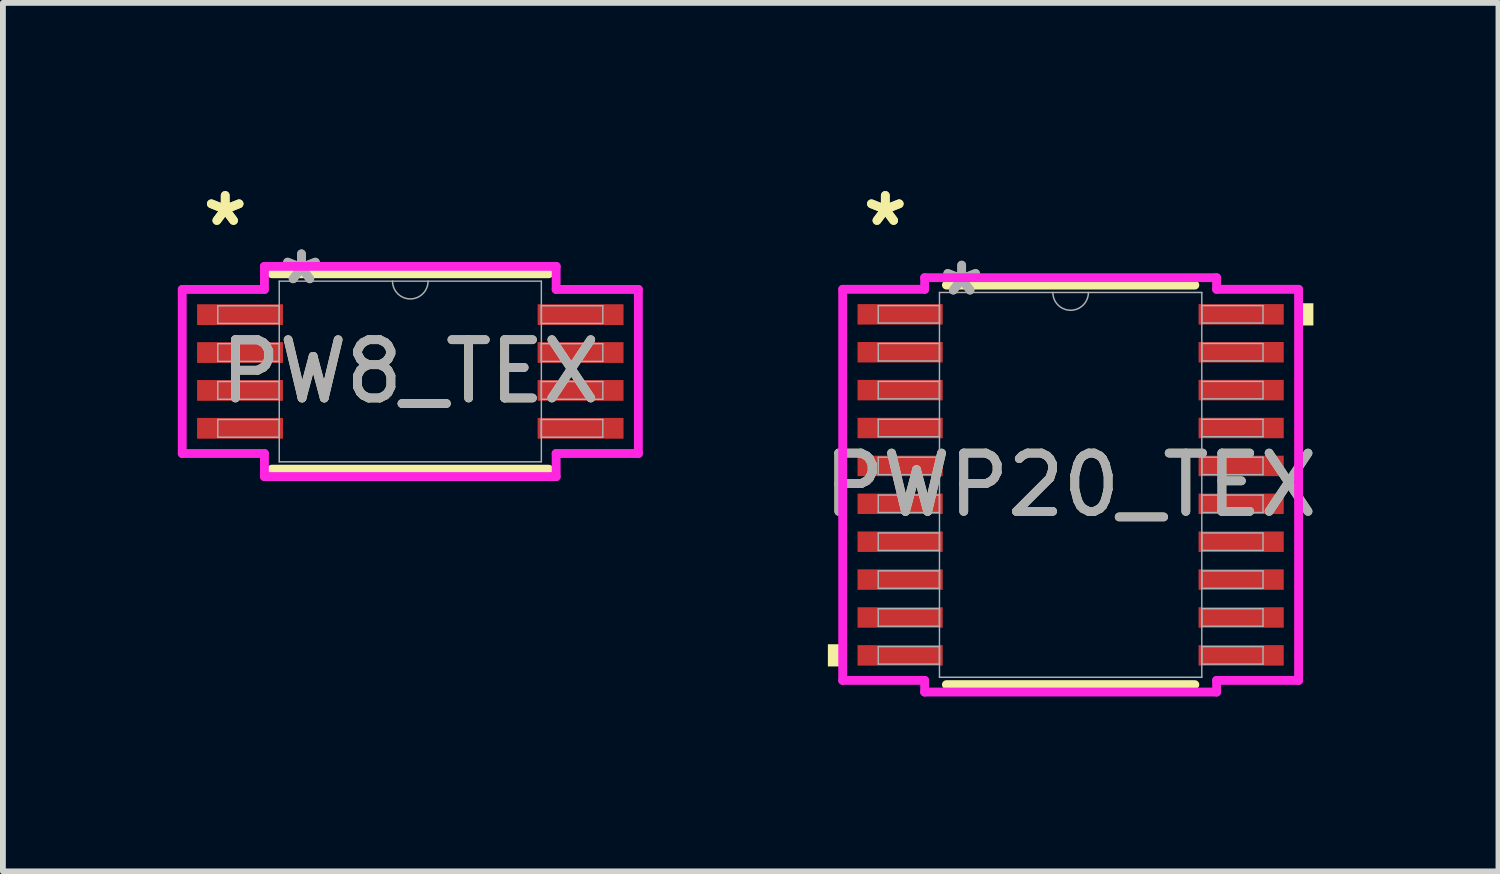
<source format=kicad_pcb>
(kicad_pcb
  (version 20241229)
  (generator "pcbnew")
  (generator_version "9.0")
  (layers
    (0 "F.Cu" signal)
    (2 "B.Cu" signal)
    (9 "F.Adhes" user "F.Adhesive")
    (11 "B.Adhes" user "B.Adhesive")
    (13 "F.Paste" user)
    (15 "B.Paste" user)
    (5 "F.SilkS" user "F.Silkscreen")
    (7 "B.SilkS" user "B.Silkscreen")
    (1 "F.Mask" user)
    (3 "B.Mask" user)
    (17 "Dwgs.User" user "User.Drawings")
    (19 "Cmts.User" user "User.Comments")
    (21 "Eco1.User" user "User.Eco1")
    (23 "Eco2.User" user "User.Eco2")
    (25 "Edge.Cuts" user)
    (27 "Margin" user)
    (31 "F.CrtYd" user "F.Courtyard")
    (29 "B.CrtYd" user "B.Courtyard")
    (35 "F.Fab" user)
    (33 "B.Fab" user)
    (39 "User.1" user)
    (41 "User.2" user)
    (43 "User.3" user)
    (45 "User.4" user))
  (footprint "PW8_TEX"
    (layer "F.Cu")
    (at 3.988 3.322)
    (property "Reference" "PW8_TEX" (at 0 0 0) (unlocked yes) (layer "F.SilkS") (effects (font (size 1 1) (thickness 0.15))))
    (attr smd)
    (fp_line (start -2.375 1.676) (end 2.375 1.676) (stroke (width 0.152) (type solid)) (layer "F.SilkS"))
    (fp_line (start 2.375 -1.676) (end -2.375 -1.676) (stroke (width 0.152) (type solid)) (layer "F.SilkS"))
    (fp_line (start -3.912 -1.407) (end -2.502 -1.407) (stroke (width 0.152) (type solid)) (layer "F.CrtYd"))
    (fp_line (start -3.912 1.407) (end -3.912 -1.407) (stroke (width 0.152) (type solid)) (layer "F.CrtYd"))
    (fp_line (start -3.912 1.407) (end -2.502 1.407) (stroke (width 0.152) (type solid)) (layer "F.CrtYd"))
    (fp_line (start -2.502 -1.803) (end 2.502 -1.803) (stroke (width 0.152) (type solid)) (layer "F.CrtYd"))
    (fp_line (start -2.502 -1.407) (end -2.502 -1.803) (stroke (width 0.152) (type solid)) (layer "F.CrtYd"))
    (fp_line (start -2.502 1.803) (end -2.502 1.407) (stroke (width 0.152) (type solid)) (layer "F.CrtYd"))
    (fp_line (start 2.502 -1.803) (end 2.502 -1.407) (stroke (width 0.152) (type solid)) (layer "F.CrtYd"))
    (fp_line (start 2.502 1.407) (end 2.502 1.803) (stroke (width 0.152) (type solid)) (layer "F.CrtYd"))
    (fp_line (start 2.502 1.803) (end -2.502 1.803) (stroke (width 0.152) (type solid)) (layer "F.CrtYd"))
    (fp_line (start 3.912 -1.407) (end 2.502 -1.407) (stroke (width 0.152) (type solid)) (layer "F.CrtYd"))
    (fp_line (start 3.912 -1.407) (end 3.912 1.407) (stroke (width 0.152) (type solid)) (layer "F.CrtYd"))
    (fp_line (start 3.912 1.407) (end 2.502 1.407) (stroke (width 0.152) (type solid)) (layer "F.CrtYd"))
    (fp_line (start -3.302 -1.127) (end -3.302 -0.823) (stroke (width 0.025) (type solid)) (layer "F.Fab"))
    (fp_line (start -3.302 -0.823) (end -2.248 -0.823) (stroke (width 0.025) (type solid)) (layer "F.Fab"))
    (fp_line (start -3.302 -0.477) (end -3.302 -0.173) (stroke (width 0.025) (type solid)) (layer "F.Fab"))
    (fp_line (start -3.302 -0.173) (end -2.248 -0.173) (stroke (width 0.025) (type solid)) (layer "F.Fab"))
    (fp_line (start -3.302 0.173) (end -3.302 0.477) (stroke (width 0.025) (type solid)) (layer "F.Fab"))
    (fp_line (start -3.302 0.477) (end -2.248 0.477) (stroke (width 0.025) (type solid)) (layer "F.Fab"))
    (fp_line (start -3.302 0.823) (end -3.302 1.127) (stroke (width 0.025) (type solid)) (layer "F.Fab"))
    (fp_line (start -3.302 1.127) (end -2.248 1.127) (stroke (width 0.025) (type solid)) (layer "F.Fab"))
    (fp_line (start -2.248 -1.549) (end -2.248 1.549) (stroke (width 0.025) (type solid)) (layer "F.Fab"))
    (fp_line (start -2.248 -1.127) (end -3.302 -1.127) (stroke (width 0.025) (type solid)) (layer "F.Fab"))
    (fp_line (start -2.248 -0.823) (end -2.248 -1.127) (stroke (width 0.025) (type solid)) (layer "F.Fab"))
    (fp_line (start -2.248 -0.477) (end -3.302 -0.477) (stroke (width 0.025) (type solid)) (layer "F.Fab"))
    (fp_line (start -2.248 -0.173) (end -2.248 -0.477) (stroke (width 0.025) (type solid)) (layer "F.Fab"))
    (fp_line (start -2.248 0.173) (end -3.302 0.173) (stroke (width 0.025) (type solid)) (layer "F.Fab"))
    (fp_line (start -2.248 0.477) (end -2.248 0.173) (stroke (width 0.025) (type solid)) (layer "F.Fab"))
    (fp_line (start -2.248 0.823) (end -3.302 0.823) (stroke (width 0.025) (type solid)) (layer "F.Fab"))
    (fp_line (start -2.248 1.127) (end -2.248 0.823) (stroke (width 0.025) (type solid)) (layer "F.Fab"))
    (fp_line (start -2.248 1.549) (end 2.248 1.549) (stroke (width 0.025) (type solid)) (layer "F.Fab"))
    (fp_line (start 2.248 -1.549) (end -2.248 -1.549) (stroke (width 0.025) (type solid)) (layer "F.Fab"))
    (fp_line (start 2.248 -1.127) (end 2.248 -0.823) (stroke (width 0.025) (type solid)) (layer "F.Fab"))
    (fp_line (start 2.248 -0.823) (end 3.302 -0.823) (stroke (width 0.025) (type solid)) (layer "F.Fab"))
    (fp_line (start 2.248 -0.477) (end 2.248 -0.173) (stroke (width 0.025) (type solid)) (layer "F.Fab"))
    (fp_line (start 2.248 -0.173) (end 3.302 -0.173) (stroke (width 0.025) (type solid)) (layer "F.Fab"))
    (fp_line (start 2.248 0.173) (end 2.248 0.477) (stroke (width 0.025) (type solid)) (layer "F.Fab"))
    (fp_line (start 2.248 0.477) (end 3.302 0.477) (stroke (width 0.025) (type solid)) (layer "F.Fab"))
    (fp_line (start 2.248 0.823) (end 2.248 1.127) (stroke (width 0.025) (type solid)) (layer "F.Fab"))
    (fp_line (start 2.248 1.127) (end 3.302 1.127) (stroke (width 0.025) (type solid)) (layer "F.Fab"))
    (fp_line (start 2.248 1.549) (end 2.248 -1.549) (stroke (width 0.025) (type solid)) (layer "F.Fab"))
    (fp_line (start 3.302 -1.127) (end 2.248 -1.127) (stroke (width 0.025) (type solid)) (layer "F.Fab"))
    (fp_line (start 3.302 -0.823) (end 3.302 -1.127) (stroke (width 0.025) (type solid)) (layer "F.Fab"))
    (fp_line (start 3.302 -0.477) (end 2.248 -0.477) (stroke (width 0.025) (type solid)) (layer "F.Fab"))
    (fp_line (start 3.302 -0.173) (end 3.302 -0.477) (stroke (width 0.025) (type solid)) (layer "F.Fab"))
    (fp_line (start 3.302 0.173) (end 2.248 0.173) (stroke (width 0.025) (type solid)) (layer "F.Fab"))
    (fp_line (start 3.302 0.477) (end 3.302 0.173) (stroke (width 0.025) (type solid)) (layer "F.Fab"))
    (fp_line (start 3.302 0.823) (end 2.248 0.823) (stroke (width 0.025) (type solid)) (layer "F.Fab"))
    (fp_line (start 3.302 1.127) (end 3.302 0.823) (stroke (width 0.025) (type solid)) (layer "F.Fab"))
    (fp_arc (start 0.3048 -1.5494) (mid 0 -1.2446) (end -0.3048 -1.5494) (stroke (width 0.0254) (type solid)) (layer "F.Fab"))
    (fp_text user "*" (at -3.175 -2.474 0) (layer "F.SilkS") (effects (font (size 1 1) (thickness 0.15))))
    (fp_text user "*" (at -3.175 -2.474 0) (unlocked yes) (layer "F.SilkS") (effects (font (size 1 1) (thickness 0.15))))
    (fp_text user "*" (at -1.867 -1.473 0) (layer "F.Fab") (effects (font (size 1 1) (thickness 0.15))))
    (fp_text user "*" (at -1.867 -1.473 0) (unlocked yes) (layer "F.Fab") (effects (font (size 1 1) (thickness 0.15))))
    (fp_text user "${REFERENCE}" (at 0 0 0) (unlocked yes) (layer "F.Fab") (effects (font (size 1 1) (thickness 0.15))))
    (pad "1" smd rect (at -2.921 -0.975) (size 1.473 0.356) (layers "F.Cu" "F.Mask" "F.Paste"))
    (pad "2" smd rect (at -2.921 -0.325) (size 1.473 0.356) (layers "F.Cu" "F.Mask" "F.Paste"))
    (pad "3" smd rect (at -2.921 0.325) (size 1.473 0.356) (layers "F.Cu" "F.Mask" "F.Paste"))
    (pad "4" smd rect (at -2.921 0.975) (size 1.473 0.356) (layers "F.Cu" "F.Mask" "F.Paste"))
    (pad "5" smd rect (at 2.921 0.975) (size 1.473 0.356) (layers "F.Cu" "F.Mask" "F.Paste"))
    (pad "6" smd rect (at 2.921 0.325) (size 1.473 0.356) (layers "F.Cu" "F.Mask" "F.Paste"))
    (pad "7" smd rect (at 2.921 -0.325) (size 1.473 0.356) (layers "F.Cu" "F.Mask" "F.Paste"))
    (pad "8" smd rect (at 2.921 -0.975) (size 1.473 0.356) (layers "F.Cu" "F.Mask" "F.Paste")))
  (footprint "PWP20_TEX"
    (layer "F.Cu")
    (at 15.315 5.267)
    (property "Reference" "PWP20_TEX" (at 0 0 0) (unlocked yes) (layer "F.SilkS") (effects (font (size 1 1) (thickness 0.15))))
    (attr smd)
    (fp_line (start -2.131 3.427) (end 2.131 3.427) (stroke (width 0.152) (type solid)) (layer "F.SilkS"))
    (fp_line (start 2.131 -3.427) (end -2.131 -3.427) (stroke (width 0.152) (type solid)) (layer "F.SilkS"))
    (fp_poly (pts (xy -4.164 2.734) (xy -4.164 3.115) (xy -3.91 3.115) (xy -3.91 2.734)) (stroke (width 0) (type solid)) (fill yes) (layer "F.SilkS"))
    (fp_poly (pts (xy 4.164 -3.115) (xy 4.164 -2.734) (xy 3.91 -2.734) (xy 3.91 -3.115)) (stroke (width 0) (type solid)) (fill yes) (layer "F.SilkS"))
    (fp_line (start -3.91 -3.354) (end -2.504 -3.354) (stroke (width 0.152) (type solid)) (layer "F.CrtYd"))
    (fp_line (start -3.91 3.354) (end -3.91 -3.354) (stroke (width 0.152) (type solid)) (layer "F.CrtYd"))
    (fp_line (start -3.91 3.354) (end -2.504 3.354) (stroke (width 0.152) (type solid)) (layer "F.CrtYd"))
    (fp_line (start -2.504 -3.554) (end 2.504 -3.554) (stroke (width 0.152) (type solid)) (layer "F.CrtYd"))
    (fp_line (start -2.504 -3.354) (end -2.504 -3.554) (stroke (width 0.152) (type solid)) (layer "F.CrtYd"))
    (fp_line (start -2.504 3.554) (end -2.504 3.354) (stroke (width 0.152) (type solid)) (layer "F.CrtYd"))
    (fp_line (start 2.504 -3.554) (end 2.504 -3.354) (stroke (width 0.152) (type solid)) (layer "F.CrtYd"))
    (fp_line (start 2.504 3.354) (end 2.504 3.554) (stroke (width 0.152) (type solid)) (layer "F.CrtYd"))
    (fp_line (start 2.504 3.554) (end -2.504 3.554) (stroke (width 0.152) (type solid)) (layer "F.CrtYd"))
    (fp_line (start 3.91 -3.354) (end 2.504 -3.354) (stroke (width 0.152) (type solid)) (layer "F.CrtYd"))
    (fp_line (start 3.91 -3.354) (end 3.91 3.354) (stroke (width 0.152) (type solid)) (layer "F.CrtYd"))
    (fp_line (start 3.91 3.354) (end 2.504 3.354) (stroke (width 0.152) (type solid)) (layer "F.CrtYd"))
    (fp_line (start -3.3 -3.075) (end -3.3 -2.775) (stroke (width 0.025) (type solid)) (layer "F.Fab"))
    (fp_line (start -3.3 -2.775) (end -2.25 -2.775) (stroke (width 0.025) (type solid)) (layer "F.Fab"))
    (fp_line (start -3.3 -2.425) (end -3.3 -2.125) (stroke (width 0.025) (type solid)) (layer "F.Fab"))
    (fp_line (start -3.3 -2.125) (end -2.25 -2.125) (stroke (width 0.025) (type solid)) (layer "F.Fab"))
    (fp_line (start -3.3 -1.775) (end -3.3 -1.475) (stroke (width 0.025) (type solid)) (layer "F.Fab"))
    (fp_line (start -3.3 -1.475) (end -2.25 -1.475) (stroke (width 0.025) (type solid)) (layer "F.Fab"))
    (fp_line (start -3.3 -1.125) (end -3.3 -0.825) (stroke (width 0.025) (type solid)) (layer "F.Fab"))
    (fp_line (start -3.3 -0.825) (end -2.25 -0.825) (stroke (width 0.025) (type solid)) (layer "F.Fab"))
    (fp_line (start -3.3 -0.475) (end -3.3 -0.175) (stroke (width 0.025) (type solid)) (layer "F.Fab"))
    (fp_line (start -3.3 -0.175) (end -2.25 -0.175) (stroke (width 0.025) (type solid)) (layer "F.Fab"))
    (fp_line (start -3.3 0.175) (end -3.3 0.475) (stroke (width 0.025) (type solid)) (layer "F.Fab"))
    (fp_line (start -3.3 0.475) (end -2.25 0.475) (stroke (width 0.025) (type solid)) (layer "F.Fab"))
    (fp_line (start -3.3 0.825) (end -3.3 1.125) (stroke (width 0.025) (type solid)) (layer "F.Fab"))
    (fp_line (start -3.3 1.125) (end -2.25 1.125) (stroke (width 0.025) (type solid)) (layer "F.Fab"))
    (fp_line (start -3.3 1.475) (end -3.3 1.775) (stroke (width 0.025) (type solid)) (layer "F.Fab"))
    (fp_line (start -3.3 1.775) (end -2.25 1.775) (stroke (width 0.025) (type solid)) (layer "F.Fab"))
    (fp_line (start -3.3 2.125) (end -3.3 2.425) (stroke (width 0.025) (type solid)) (layer "F.Fab"))
    (fp_line (start -3.3 2.425) (end -2.25 2.425) (stroke (width 0.025) (type solid)) (layer "F.Fab"))
    (fp_line (start -3.3 2.775) (end -3.3 3.075) (stroke (width 0.025) (type solid)) (layer "F.Fab"))
    (fp_line (start -3.3 3.075) (end -2.25 3.075) (stroke (width 0.025) (type solid)) (layer "F.Fab"))
    (fp_line (start -2.25 -3.3) (end -2.25 3.3) (stroke (width 0.025) (type solid)) (layer "F.Fab"))
    (fp_line (start -2.25 -3.075) (end -3.3 -3.075) (stroke (width 0.025) (type solid)) (layer "F.Fab"))
    (fp_line (start -2.25 -2.775) (end -2.25 -3.075) (stroke (width 0.025) (type solid)) (layer "F.Fab"))
    (fp_line (start -2.25 -2.425) (end -3.3 -2.425) (stroke (width 0.025) (type solid)) (layer "F.Fab"))
    (fp_line (start -2.25 -2.125) (end -2.25 -2.425) (stroke (width 0.025) (type solid)) (layer "F.Fab"))
    (fp_line (start -2.25 -1.775) (end -3.3 -1.775) (stroke (width 0.025) (type solid)) (layer "F.Fab"))
    (fp_line (start -2.25 -1.475) (end -2.25 -1.775) (stroke (width 0.025) (type solid)) (layer "F.Fab"))
    (fp_line (start -2.25 -1.125) (end -3.3 -1.125) (stroke (width 0.025) (type solid)) (layer "F.Fab"))
    (fp_line (start -2.25 -0.825) (end -2.25 -1.125) (stroke (width 0.025) (type solid)) (layer "F.Fab"))
    (fp_line (start -2.25 -0.475) (end -3.3 -0.475) (stroke (width 0.025) (type solid)) (layer "F.Fab"))
    (fp_line (start -2.25 -0.175) (end -2.25 -0.475) (stroke (width 0.025) (type solid)) (layer "F.Fab"))
    (fp_line (start -2.25 0.175) (end -3.3 0.175) (stroke (width 0.025) (type solid)) (layer "F.Fab"))
    (fp_line (start -2.25 0.475) (end -2.25 0.175) (stroke (width 0.025) (type solid)) (layer "F.Fab"))
    (fp_line (start -2.25 0.825) (end -3.3 0.825) (stroke (width 0.025) (type solid)) (layer "F.Fab"))
    (fp_line (start -2.25 1.125) (end -2.25 0.825) (stroke (width 0.025) (type solid)) (layer "F.Fab"))
    (fp_line (start -2.25 1.475) (end -3.3 1.475) (stroke (width 0.025) (type solid)) (layer "F.Fab"))
    (fp_line (start -2.25 1.775) (end -2.25 1.475) (stroke (width 0.025) (type solid)) (layer "F.Fab"))
    (fp_line (start -2.25 2.125) (end -3.3 2.125) (stroke (width 0.025) (type solid)) (layer "F.Fab"))
    (fp_line (start -2.25 2.425) (end -2.25 2.125) (stroke (width 0.025) (type solid)) (layer "F.Fab"))
    (fp_line (start -2.25 2.775) (end -3.3 2.775) (stroke (width 0.025) (type solid)) (layer "F.Fab"))
    (fp_line (start -2.25 3.075) (end -2.25 2.775) (stroke (width 0.025) (type solid)) (layer "F.Fab"))
    (fp_line (start -2.25 3.3) (end 2.25 3.3) (stroke (width 0.025) (type solid)) (layer "F.Fab"))
    (fp_line (start 2.25 -3.3) (end -2.25 -3.3) (stroke (width 0.025) (type solid)) (layer "F.Fab"))
    (fp_line (start 2.25 -3.075) (end 2.25 -2.775) (stroke (width 0.025) (type solid)) (layer "F.Fab"))
    (fp_line (start 2.25 -2.775) (end 3.3 -2.775) (stroke (width 0.025) (type solid)) (layer "F.Fab"))
    (fp_line (start 2.25 -2.425) (end 2.25 -2.125) (stroke (width 0.025) (type solid)) (layer "F.Fab"))
    (fp_line (start 2.25 -2.125) (end 3.3 -2.125) (stroke (width 0.025) (type solid)) (layer "F.Fab"))
    (fp_line (start 2.25 -1.775) (end 2.25 -1.475) (stroke (width 0.025) (type solid)) (layer "F.Fab"))
    (fp_line (start 2.25 -1.475) (end 3.3 -1.475) (stroke (width 0.025) (type solid)) (layer "F.Fab"))
    (fp_line (start 2.25 -1.125) (end 2.25 -0.825) (stroke (width 0.025) (type solid)) (layer "F.Fab"))
    (fp_line (start 2.25 -0.825) (end 3.3 -0.825) (stroke (width 0.025) (type solid)) (layer "F.Fab"))
    (fp_line (start 2.25 -0.475) (end 2.25 -0.175) (stroke (width 0.025) (type solid)) (layer "F.Fab"))
    (fp_line (start 2.25 -0.175) (end 3.3 -0.175) (stroke (width 0.025) (type solid)) (layer "F.Fab"))
    (fp_line (start 2.25 0.175) (end 2.25 0.475) (stroke (width 0.025) (type solid)) (layer "F.Fab"))
    (fp_line (start 2.25 0.475) (end 3.3 0.475) (stroke (width 0.025) (type solid)) (layer "F.Fab"))
    (fp_line (start 2.25 0.825) (end 2.25 1.125) (stroke (width 0.025) (type solid)) (layer "F.Fab"))
    (fp_line (start 2.25 1.125) (end 3.3 1.125) (stroke (width 0.025) (type solid)) (layer "F.Fab"))
    (fp_line (start 2.25 1.475) (end 2.25 1.775) (stroke (width 0.025) (type solid)) (layer "F.Fab"))
    (fp_line (start 2.25 1.775) (end 3.3 1.775) (stroke (width 0.025) (type solid)) (layer "F.Fab"))
    (fp_line (start 2.25 2.125) (end 2.25 2.425) (stroke (width 0.025) (type solid)) (layer "F.Fab"))
    (fp_line (start 2.25 2.425) (end 3.3 2.425) (stroke (width 0.025) (type solid)) (layer "F.Fab"))
    (fp_line (start 2.25 2.775) (end 2.25 3.075) (stroke (width 0.025) (type solid)) (layer "F.Fab"))
    (fp_line (start 2.25 3.075) (end 3.3 3.075) (stroke (width 0.025) (type solid)) (layer "F.Fab"))
    (fp_line (start 2.25 3.3) (end 2.25 -3.3) (stroke (width 0.025) (type solid)) (layer "F.Fab"))
    (fp_line (start 3.3 -3.075) (end 2.25 -3.075) (stroke (width 0.025) (type solid)) (layer "F.Fab"))
    (fp_line (start 3.3 -2.775) (end 3.3 -3.075) (stroke (width 0.025) (type solid)) (layer "F.Fab"))
    (fp_line (start 3.3 -2.425) (end 2.25 -2.425) (stroke (width 0.025) (type solid)) (layer "F.Fab"))
    (fp_line (start 3.3 -2.125) (end 3.3 -2.425) (stroke (width 0.025) (type solid)) (layer "F.Fab"))
    (fp_line (start 3.3 -1.775) (end 2.25 -1.775) (stroke (width 0.025) (type solid)) (layer "F.Fab"))
    (fp_line (start 3.3 -1.475) (end 3.3 -1.775) (stroke (width 0.025) (type solid)) (layer "F.Fab"))
    (fp_line (start 3.3 -1.125) (end 2.25 -1.125) (stroke (width 0.025) (type solid)) (layer "F.Fab"))
    (fp_line (start 3.3 -0.825) (end 3.3 -1.125) (stroke (width 0.025) (type solid)) (layer "F.Fab"))
    (fp_line (start 3.3 -0.475) (end 2.25 -0.475) (stroke (width 0.025) (type solid)) (layer "F.Fab"))
    (fp_line (start 3.3 -0.175) (end 3.3 -0.475) (stroke (width 0.025) (type solid)) (layer "F.Fab"))
    (fp_line (start 3.3 0.175) (end 2.25 0.175) (stroke (width 0.025) (type solid)) (layer "F.Fab"))
    (fp_line (start 3.3 0.475) (end 3.3 0.175) (stroke (width 0.025) (type solid)) (layer "F.Fab"))
    (fp_line (start 3.3 0.825) (end 2.25 0.825) (stroke (width 0.025) (type solid)) (layer "F.Fab"))
    (fp_line (start 3.3 1.125) (end 3.3 0.825) (stroke (width 0.025) (type solid)) (layer "F.Fab"))
    (fp_line (start 3.3 1.475) (end 2.25 1.475) (stroke (width 0.025) (type solid)) (layer "F.Fab"))
    (fp_line (start 3.3 1.775) (end 3.3 1.475) (stroke (width 0.025) (type solid)) (layer "F.Fab"))
    (fp_line (start 3.3 2.125) (end 2.25 2.125) (stroke (width 0.025) (type solid)) (layer "F.Fab"))
    (fp_line (start 3.3 2.425) (end 3.3 2.125) (stroke (width 0.025) (type solid)) (layer "F.Fab"))
    (fp_line (start 3.3 2.775) (end 2.25 2.775) (stroke (width 0.025) (type solid)) (layer "F.Fab"))
    (fp_line (start 3.3 3.075) (end 3.3 2.775) (stroke (width 0.025) (type solid)) (layer "F.Fab"))
    (fp_arc (start 0.3048 -3.299999) (mid 0 -2.995199) (end -0.3048 -3.299999) (stroke (width 0.0254) (type solid)) (layer "F.Fab"))
    (fp_text user "*" (at -3.179 -4.419 0) (layer "F.SilkS") (effects (font (size 1 1) (thickness 0.15))))
    (fp_text user "*" (at -3.179 -4.419 0) (unlocked yes) (layer "F.SilkS") (effects (font (size 1 1) (thickness 0.15))))
    (fp_text user "${REFERENCE}" (at 0 0 0) (unlocked yes) (layer "F.Fab") (effects (font (size 1 1) (thickness 0.15))))
    (fp_text user "*" (at -1.869 -3.224 0) (layer "F.Fab") (effects (font (size 1 1) (thickness 0.15))))
    (fp_text user "*" (at -1.869 -3.224 0) (unlocked yes) (layer "F.Fab") (effects (font (size 1 1) (thickness 0.15))))
    (pad "1" smd rect (at -2.925 -2.925) (size 1.461 0.351) (layers "F.Cu" "F.Mask" "F.Paste"))
    (pad "2" smd rect (at -2.925 -2.275) (size 1.461 0.351) (layers "F.Cu" "F.Mask" "F.Paste"))
    (pad "3" smd rect (at -2.925 -1.625) (size 1.461 0.351) (layers "F.Cu" "F.Mask" "F.Paste"))
    (pad "4" smd rect (at -2.925 -0.975) (size 1.461 0.351) (layers "F.Cu" "F.Mask" "F.Paste"))
    (pad "5" smd rect (at -2.925 -0.325) (size 1.461 0.351) (layers "F.Cu" "F.Mask" "F.Paste"))
    (pad "6" smd rect (at -2.925 0.325) (size 1.461 0.351) (layers "F.Cu" "F.Mask" "F.Paste"))
    (pad "7" smd rect (at -2.925 0.975) (size 1.461 0.351) (layers "F.Cu" "F.Mask" "F.Paste"))
    (pad "8" smd rect (at -2.925 1.625) (size 1.461 0.351) (layers "F.Cu" "F.Mask" "F.Paste"))
    (pad "9" smd rect (at -2.925 2.275) (size 1.461 0.351) (layers "F.Cu" "F.Mask" "F.Paste"))
    (pad "10" smd rect (at -2.925 2.925) (size 1.461 0.351) (layers "F.Cu" "F.Mask" "F.Paste"))
    (pad "11" smd rect (at 2.925 2.925) (size 1.461 0.351) (layers "F.Cu" "F.Mask" "F.Paste"))
    (pad "12" smd rect (at 2.925 2.275) (size 1.461 0.351) (layers "F.Cu" "F.Mask" "F.Paste"))
    (pad "13" smd rect (at 2.925 1.625) (size 1.461 0.351) (layers "F.Cu" "F.Mask" "F.Paste"))
    (pad "14" smd rect (at 2.925 0.975) (size 1.461 0.351) (layers "F.Cu" "F.Mask" "F.Paste"))
    (pad "15" smd rect (at 2.925 0.325) (size 1.461 0.351) (layers "F.Cu" "F.Mask" "F.Paste"))
    (pad "16" smd rect (at 2.925 -0.325) (size 1.461 0.351) (layers "F.Cu" "F.Mask" "F.Paste"))
    (pad "17" smd rect (at 2.925 -0.975) (size 1.461 0.351) (layers "F.Cu" "F.Mask" "F.Paste"))
    (pad "18" smd rect (at 2.925 -1.625) (size 1.461 0.351) (layers "F.Cu" "F.Mask" "F.Paste"))
    (pad "19" smd rect (at 2.925 -2.275) (size 1.461 0.351) (layers "F.Cu" "F.Mask" "F.Paste"))
    (pad "20" smd rect (at 2.925 -2.925) (size 1.461 0.351) (layers "F.Cu" "F.Mask" "F.Paste")))
  (gr_rect
    (start -3 -3)
    (end 22.654 11.897)
    (stroke (width 0.1) (type default))
    (fill no)
    (layer "Edge.Cuts")))
</source>
